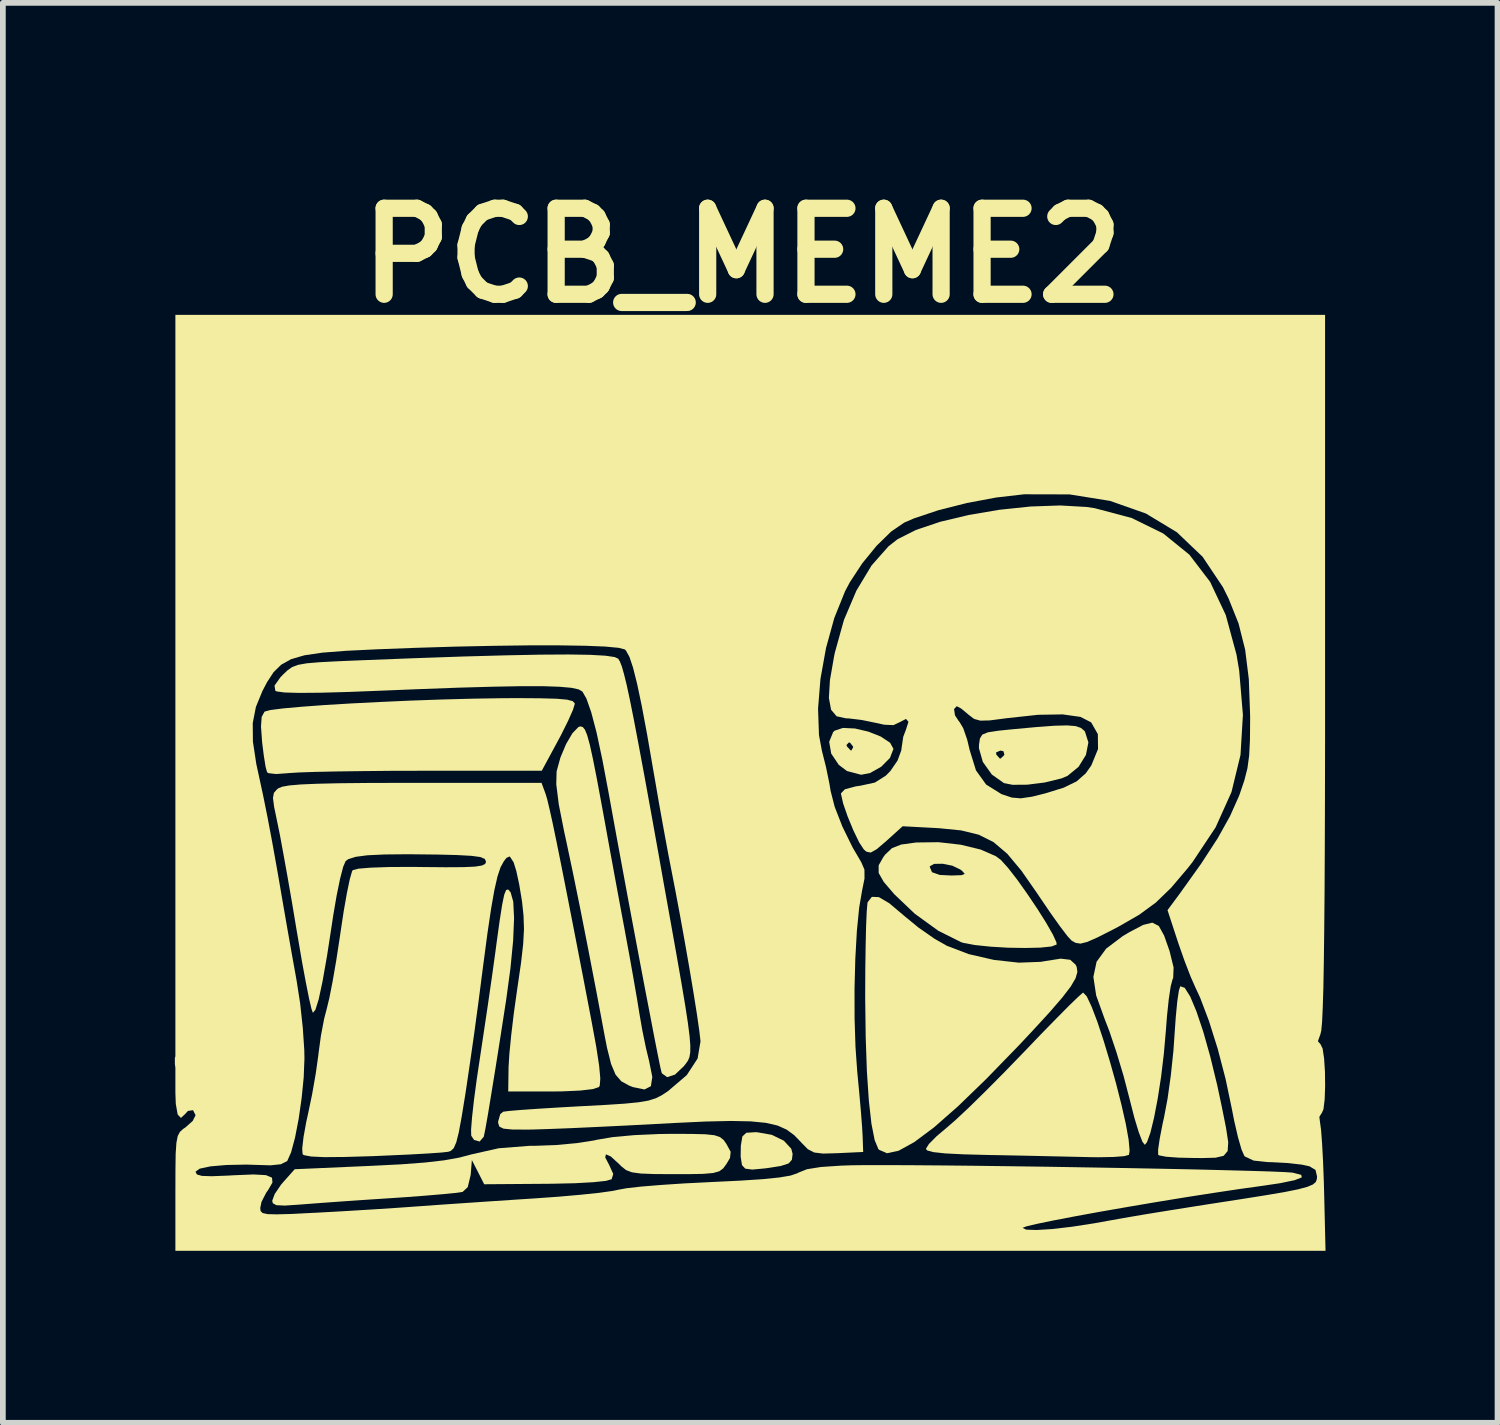
<source format=kicad_pcb>
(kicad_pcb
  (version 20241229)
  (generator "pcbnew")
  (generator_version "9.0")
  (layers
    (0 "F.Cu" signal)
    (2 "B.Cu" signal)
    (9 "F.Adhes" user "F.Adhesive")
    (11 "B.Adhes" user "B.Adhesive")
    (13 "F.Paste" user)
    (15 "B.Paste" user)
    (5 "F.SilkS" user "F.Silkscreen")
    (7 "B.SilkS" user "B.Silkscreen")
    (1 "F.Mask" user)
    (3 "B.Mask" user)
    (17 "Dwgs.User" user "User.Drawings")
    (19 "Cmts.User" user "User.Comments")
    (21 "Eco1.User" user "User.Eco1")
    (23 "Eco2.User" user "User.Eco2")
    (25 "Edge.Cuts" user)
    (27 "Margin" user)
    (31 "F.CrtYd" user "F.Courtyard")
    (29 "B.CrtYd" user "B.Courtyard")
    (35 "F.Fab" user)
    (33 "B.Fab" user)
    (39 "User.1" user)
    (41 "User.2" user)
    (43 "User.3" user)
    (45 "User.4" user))
  (footprint "PCB_MEME2"
    (layer "F.Cu")
    (at 10 10.604)
    (property "Reference" "PCB_MEME2" (at -0.1 -9.2 0) (layer "F.SilkS") (effects (font (size 1.5 1.5) (thickness 0.3))))
    (attr board_only exclude_from_pos_files exclude_from_bom)
    (fp_poly (pts (xy 0.156 6.094) (xy 0.411 6.139) (xy 0.622 6.242) (xy 0.751 6.382) (xy 0.774 6.471) (xy 0.762 6.573) (xy 0.705 6.638) (xy 0.572 6.681) (xy 0.334 6.719) (xy 0.296 6.724) (xy 0.072 6.745) (xy -0.051 6.729) (xy -0.107 6.67) (xy -0.109 6.665) (xy -0.132 6.522) (xy -0.129 6.326) (xy -0.128 6.322) (xy -0.102 6.167) (xy -0.033 6.103) (xy 0.123 6.093)) (stroke (width 0) (type solid)) (fill yes) (layer "F.SilkS"))
    (fp_poly (pts (xy 1.862 -0.948) (xy 2.097 -0.893) (xy 2.315 -0.806) (xy 2.474 -0.7) (xy 2.533 -0.593) (xy 2.472 -0.435) (xy 2.321 -0.282) (xy 2.126 -0.172) (xy 1.97 -0.141) (xy 1.723 -0.206) (xy 1.58 -0.313) (xy 1.447 -0.511) (xy 1.422 -0.66) (xy 1.713 -0.66) (xy 1.724 -0.633) (xy 1.787 -0.566) (xy 1.798 -0.563) (xy 1.829 -0.617) (xy 1.829 -0.633) (xy 1.775 -0.701) (xy 1.755 -0.704) (xy 1.713 -0.66) (xy 1.422 -0.66) (xy 1.412 -0.716) (xy 1.481 -0.885) (xy 1.507 -0.91) (xy 1.652 -0.958)) (stroke (width 0) (type solid)) (fill yes) (layer "F.SilkS"))
    (fp_poly (pts (xy 7.613 3.575) (xy 7.708 3.725) (xy 7.817 3.985) (xy 7.936 4.339) (xy 8.058 4.772) (xy 8.179 5.269) (xy 8.261 5.654) (xy 8.334 6.019) (xy 8.372 6.268) (xy 8.362 6.422) (xy 8.292 6.505) (xy 8.15 6.538) (xy 7.924 6.544) (xy 7.779 6.543) (xy 7.504 6.537) (xy 7.288 6.521) (xy 7.165 6.497) (xy 7.15 6.487) (xy 7.149 6.397) (xy 7.177 6.206) (xy 7.227 5.948) (xy 7.252 5.836) (xy 7.314 5.508) (xy 7.371 5.1) (xy 7.416 4.674) (xy 7.434 4.413) (xy 7.457 4.086) (xy 7.483 3.813) (xy 7.511 3.624) (xy 7.536 3.548)) (stroke (width 0) (type solid)) (fill yes) (layer "F.SilkS"))
    (fp_poly (pts (xy -4.144 1.91) (xy -4.144 1.91) (xy -4.098 2.073) (xy -4.084 2.358) (xy -4.1 2.75) (xy -4.147 3.234) (xy -4.223 3.794) (xy -4.224 3.799) (xy -4.319 4.413) (xy -4.405 4.957) (xy -4.48 5.419) (xy -4.54 5.784) (xy -4.585 6.039) (xy -4.612 6.169) (xy -4.614 6.174) (xy -4.685 6.256) (xy -4.782 6.228) (xy -4.831 6.154) (xy -4.834 6.051) (xy -4.817 5.834) (xy -4.783 5.53) (xy -4.734 5.163) (xy -4.69 4.87) (xy -4.618 4.39) (xy -4.541 3.874) (xy -4.469 3.375) (xy -4.409 2.944) (xy -4.392 2.814) (xy -4.336 2.409) (xy -4.292 2.127) (xy -4.256 1.952) (xy -4.222 1.869) (xy -4.186 1.86)) (stroke (width 0) (type solid)) (fill yes) (layer "F.SilkS"))
    (fp_poly (pts (xy 7.161 2.496) (xy 7.254 2.664) (xy 7.349 2.934) (xy 7.419 3.219) (xy 7.412 3.401) (xy 7.401 3.426) (xy 7.369 3.546) (xy 7.335 3.772) (xy 7.304 4.068) (xy 7.284 4.327) (xy 7.249 4.725) (xy 7.201 5.126) (xy 7.142 5.507) (xy 7.078 5.841) (xy 7.014 6.104) (xy 6.954 6.269) (xy 6.917 6.313) (xy 6.875 6.259) (xy 6.811 6.092) (xy 6.734 5.838) (xy 6.654 5.524) (xy 6.65 5.509) (xy 6.547 5.113) (xy 6.423 4.7) (xy 6.297 4.326) (xy 6.216 4.117) (xy 6.069 3.709) (xy 6.02 3.384) (xy 6.076 3.12) (xy 6.243 2.891) (xy 6.529 2.675) (xy 6.653 2.601) (xy 6.888 2.478) (xy 7.048 2.438)) (stroke (width 0) (type solid)) (fill yes) (layer "F.SilkS"))
    (fp_poly (pts (xy 5.71 -0.99) (xy 5.803 -0.958) (xy 5.863 -0.907) (xy 5.873 -0.894) (xy 5.933 -0.705) (xy 5.89 -0.487) (xy 5.762 -0.28) (xy 5.569 -0.122) (xy 5.465 -0.078) (xy 5.17 -0.006) (xy 4.868 0.032) (xy 4.609 0.034) (xy 4.46 0.004) (xy 4.249 -0.145) (xy 4.092 -0.365) (xy 4.045 -0.53) (xy 4.322 -0.53) (xy 4.327 -0.493) (xy 4.387 -0.425) (xy 4.398 -0.422) (xy 4.453 -0.471) (xy 4.468 -0.493) (xy 4.451 -0.552) (xy 4.398 -0.563) (xy 4.322 -0.53) (xy 4.045 -0.53) (xy 4.024 -0.604) (xy 4.025 -0.665) (xy 4.041 -0.774) (xy 4.083 -0.842) (xy 4.182 -0.882) (xy 4.368 -0.91) (xy 4.573 -0.931) (xy 5.014 -0.972) (xy 5.336 -0.996) (xy 5.561 -1.002)) (stroke (width 0) (type solid)) (fill yes) (layer "F.SilkS"))
    (fp_poly (pts (xy -3.623 -1.475) (xy -3.34 -1.467) (xy -3.159 -1.451) (xy -3.061 -1.425) (xy -3.026 -1.387) (xy -3.025 -1.377) (xy -3.057 -1.273) (xy -3.142 -1.081) (xy -3.264 -0.836) (xy -3.313 -0.744) (xy -3.601 -0.211) (xy -5.66 -0.211) (xy -6.202 -0.21) (xy -6.712 -0.205) (xy -7.171 -0.199) (xy -7.555 -0.191) (xy -7.845 -0.181) (xy -8.02 -0.17) (xy -8.037 -0.168) (xy -8.234 -0.154) (xy -8.367 -0.169) (xy -8.392 -0.185) (xy -8.418 -0.282) (xy -8.449 -0.476) (xy -8.478 -0.707) (xy -8.498 -0.982) (xy -8.486 -1.15) (xy -8.438 -1.239) (xy -8.432 -1.244) (xy -8.335 -1.27) (xy -8.116 -1.298) (xy -7.795 -1.327) (xy -7.391 -1.357) (xy -6.925 -1.385) (xy -6.414 -1.411) (xy -5.879 -1.435) (xy -5.339 -1.454) (xy -4.813 -1.468) (xy -4.321 -1.476) (xy -4.028 -1.478)) (stroke (width 0) (type solid)) (fill yes) (layer "F.SilkS"))
    (fp_poly (pts (xy 5.904 3.723) (xy 5.988 3.901) (xy 6.089 4.166) (xy 6.198 4.495) (xy 6.309 4.863) (xy 6.416 5.245) (xy 6.51 5.616) (xy 6.586 5.951) (xy 6.635 6.226) (xy 6.652 6.417) (xy 6.64 6.488) (xy 6.559 6.511) (xy 6.371 6.525) (xy 6.108 6.53) (xy 5.959 6.528) (xy 5.648 6.521) (xy 5.243 6.512) (xy 4.79 6.502) (xy 4.335 6.493) (xy 4.204 6.491) (xy 3.755 6.479) (xy 3.434 6.463) (xy 3.227 6.44) (xy 3.12 6.411) (xy 3.099 6.383) (xy 3.152 6.298) (xy 3.288 6.161) (xy 3.46 6.016) (xy 3.621 5.876) (xy 3.857 5.655) (xy 4.144 5.373) (xy 4.462 5.053) (xy 4.788 4.716) (xy 4.807 4.697) (xy 5.107 4.383) (xy 5.376 4.108) (xy 5.597 3.885) (xy 5.755 3.732) (xy 5.836 3.661) (xy 5.842 3.659)) (stroke (width 0) (type solid)) (fill yes) (layer "F.SilkS"))
    (fp_poly (pts (xy -2.885 -0.973) (xy -2.847 -0.926) (xy -2.808 -0.829) (xy -2.763 -0.665) (xy -2.709 -0.42) (xy -2.641 -0.076) (xy -2.556 0.382) (xy -2.497 0.704) (xy -2.413 1.168) (xy -2.319 1.68) (xy -2.227 2.178) (xy -2.148 2.6) (xy -2.148 2.603) (xy -2.074 3.001) (xy -2.002 3.407) (xy -1.939 3.771) (xy -1.9 4.011) (xy -1.846 4.322) (xy -1.783 4.627) (xy -1.728 4.855) (xy -1.673 5.129) (xy -1.698 5.291) (xy -1.809 5.348) (xy -2.012 5.306) (xy -2.078 5.28) (xy -2.214 5.205) (xy -2.314 5.089) (xy -2.392 4.903) (xy -2.463 4.62) (xy -2.501 4.426) (xy -2.645 3.658) (xy -2.789 2.91) (xy -2.927 2.208) (xy -3.055 1.579) (xy -3.167 1.049) (xy -3.21 0.851) (xy -3.304 0.377) (xy -3.348 0.024) (xy -3.342 -0.201) (xy -3.275 -0.443) (xy -3.176 -0.678) (xy -3.065 -0.867) (xy -2.961 -0.974) (xy -2.926 -0.985)) (stroke (width 0) (type solid)) (fill yes) (layer "F.SilkS"))
    (fp_poly (pts (xy 2.278 1.993) (xy 2.459 2.099) (xy 2.713 2.313) (xy 2.717 2.317) (xy 2.971 2.525) (xy 3.252 2.721) (xy 3.465 2.842) (xy 3.849 2.988) (xy 4.285 3.088) (xy 4.72 3.136) (xy 5.1 3.122) (xy 5.183 3.108) (xy 5.45 3.066) (xy 5.616 3.086) (xy 5.71 3.171) (xy 5.729 3.212) (xy 5.741 3.298) (xy 5.71 3.407) (xy 5.626 3.551) (xy 5.478 3.744) (xy 5.256 4.001) (xy 4.95 4.334) (xy 4.721 4.578) (xy 4.149 5.167) (xy 3.656 5.644) (xy 3.239 6.01) (xy 2.896 6.266) (xy 2.624 6.416) (xy 2.42 6.46) (xy 2.282 6.4) (xy 2.269 6.385) (xy 2.205 6.23) (xy 2.149 5.946) (xy 2.104 5.544) (xy 2.07 5.038) (xy 2.049 4.438) (xy 2.04 3.756) (xy 2.04 3.697) (xy 2.042 3.245) (xy 2.048 2.837) (xy 2.056 2.496) (xy 2.067 2.242) (xy 2.079 2.1) (xy 2.083 2.081) (xy 2.157 1.988)) (stroke (width 0) (type solid)) (fill yes) (layer "F.SilkS"))
    (fp_poly (pts (xy 3.707 1.079) (xy 4.053 1.163) (xy 4.319 1.279) (xy 4.406 1.344) (xy 4.531 1.482) (xy 4.691 1.688) (xy 4.867 1.936) (xy 5.042 2.196) (xy 5.197 2.442) (xy 5.314 2.647) (xy 5.376 2.783) (xy 5.379 2.82) (xy 5.289 2.854) (xy 5.094 2.874) (xy 4.829 2.88) (xy 4.528 2.875) (xy 4.225 2.857) (xy 3.956 2.829) (xy 3.755 2.792) (xy 3.712 2.778) (xy 3.315 2.58) (xy 2.904 2.282) (xy 2.549 1.944) (xy 2.364 1.728) (xy 2.275 1.572) (xy 2.275 1.466) (xy 3.166 1.466) (xy 3.206 1.559) (xy 3.34 1.606) (xy 3.547 1.616) (xy 3.723 1.61) (xy 3.777 1.588) (xy 3.731 1.536) (xy 3.698 1.511) (xy 3.56 1.445) (xy 3.392 1.411) (xy 3.243 1.413) (xy 3.168 1.455) (xy 3.166 1.466) (xy 2.275 1.466) (xy 2.275 1.438) (xy 2.357 1.294) (xy 2.39 1.25) (xy 2.507 1.139) (xy 2.668 1.076) (xy 2.921 1.041) (xy 2.93 1.04) (xy 3.319 1.035)) (stroke (width 0) (type solid)) (fill yes) (layer "F.SilkS"))
    (fp_poly (pts (xy -0.995 6.123) (xy -0.748 6.129) (xy -0.589 6.146) (xy -0.492 6.178) (xy -0.429 6.229) (xy -0.381 6.297) (xy -0.306 6.435) (xy -0.318 6.543) (xy -0.381 6.649) (xy -0.437 6.725) (xy -0.505 6.775) (xy -0.613 6.805) (xy -0.789 6.82) (xy -1.06 6.825) (xy -1.291 6.825) (xy -1.638 6.823) (xy -1.874 6.814) (xy -2.028 6.793) (xy -2.13 6.754) (xy -2.21 6.691) (xy -2.252 6.649) (xy -2.396 6.517) (xy -2.482 6.479) (xy -2.494 6.534) (xy -2.429 6.657) (xy -2.354 6.821) (xy -2.382 6.913) (xy -2.48 6.942) (xy -2.698 6.965) (xy -3.019 6.983) (xy -3.421 6.992) (xy -3.53 6.993) (xy -4.605 7.001) (xy -4.712 6.79) (xy -4.82 6.579) (xy -4.841 6.839) (xy -4.892 7.051) (xy -4.982 7.135) (xy -5.091 7.151) (xy -5.313 7.173) (xy -5.621 7.199) (xy -5.99 7.227) (xy -6.227 7.243) (xy -6.655 7.271) (xy -7.076 7.3) (xy -7.45 7.327) (xy -7.739 7.349) (xy -7.828 7.356) (xy -8.084 7.373) (xy -8.229 7.366) (xy -8.292 7.332) (xy -8.302 7.288) (xy -8.258 7.17) (xy -8.148 7.008) (xy -8.106 6.959) (xy -7.91 6.739) (xy -6.6 6.681) (xy -6.062 6.654) (xy -5.639 6.622) (xy -5.307 6.584) (xy -5.039 6.536) (xy -4.819 6.478) (xy -4.352 6.373) (xy -3.816 6.331) (xy -3.704 6.33) (xy -3.352 6.317) (xy -2.995 6.284) (xy -2.696 6.238) (xy -2.639 6.225) (xy -2.36 6.178) (xy -1.985 6.144) (xy -1.557 6.125) (xy -1.356 6.122)) (stroke (width 0) (type solid)) (fill yes) (layer "F.SilkS"))
    (fp_poly (pts (xy -2.759 -2.233) (xy -2.493 -2.218) (xy -2.33 -2.194) (xy -2.268 -2.166) (xy -2.238 -2.116) (xy -2.204 -2.029) (xy -2.166 -1.895) (xy -2.119 -1.704) (xy -2.063 -1.443) (xy -1.995 -1.103) (xy -1.913 -0.672) (xy -1.814 -0.14) (xy -1.697 0.503) (xy -1.559 1.27) (xy -1.485 1.689) (xy -1.355 2.414) (xy -1.248 3.014) (xy -1.163 3.501) (xy -1.098 3.888) (xy -1.052 4.189) (xy -1.023 4.416) (xy -1.01 4.581) (xy -1.011 4.699) (xy -1.025 4.782) (xy -1.05 4.843) (xy -1.086 4.895) (xy -1.124 4.943) (xy -1.278 5.089) (xy -1.414 5.133) (xy -1.505 5.067) (xy -1.512 5.048) (xy -1.534 4.956) (xy -1.577 4.744) (xy -1.639 4.43) (xy -1.715 4.033) (xy -1.804 3.572) (xy -1.9 3.064) (xy -2.001 2.528) (xy -2.103 1.984) (xy -2.202 1.448) (xy -2.296 0.939) (xy -2.38 0.477) (xy -2.428 0.211) (xy -2.543 -0.399) (xy -2.645 -0.877) (xy -2.738 -1.231) (xy -2.822 -1.47) (xy -2.892 -1.592) (xy -2.957 -1.63) (xy -3.086 -1.658) (xy -3.291 -1.676) (xy -3.58 -1.686) (xy -3.964 -1.686) (xy -4.453 -1.677) (xy -5.056 -1.66) (xy -5.784 -1.633) (xy -6.321 -1.611) (xy -6.957 -1.586) (xy -7.459 -1.572) (xy -7.832 -1.569) (xy -8.085 -1.576) (xy -8.221 -1.594) (xy -8.248 -1.606) (xy -8.262 -1.697) (xy -8.16 -1.84) (xy -8.117 -1.885) (xy -8.035 -1.963) (xy -7.955 -2.019) (xy -7.852 -2.058) (xy -7.701 -2.085) (xy -7.477 -2.104) (xy -7.157 -2.121) (xy -6.823 -2.135) (xy -5.825 -2.174) (xy -4.963 -2.204) (xy -4.231 -2.224) (xy -3.623 -2.236) (xy -3.134 -2.239)) (stroke (width 0) (type solid)) (fill yes) (layer "F.SilkS"))
    (fp_poly (pts (xy 5.9 -4.812) (xy 6.042 -4.791) (xy 6.689 -4.619) (xy 7.239 -4.349) (xy 7.694 -3.98) (xy 8.056 -3.506) (xy 8.329 -2.927) (xy 8.516 -2.238) (xy 8.563 -1.959) (xy 8.628 -1.186) (xy 8.586 -0.487) (xy 8.429 0.16) (xy 8.152 0.776) (xy 7.749 1.382) (xy 7.661 1.494) (xy 7.374 1.832) (xy 7.109 2.088) (xy 6.818 2.301) (xy 6.455 2.51) (xy 6.363 2.558) (xy 6.091 2.696) (xy 5.912 2.775) (xy 5.796 2.804) (xy 5.711 2.791) (xy 5.642 2.753) (xy 5.569 2.675) (xy 5.438 2.503) (xy 5.266 2.261) (xy 5.071 1.974) (xy 5.043 1.932) (xy 4.763 1.53) (xy 4.517 1.236) (xy 4.279 1.034) (xy 4.019 0.904) (xy 3.711 0.829) (xy 3.327 0.791) (xy 3.274 0.788) (xy 2.693 0.757) (xy 2.409 1.014) (xy 2.24 1.158) (xy 2.136 1.216) (xy 2.062 1.201) (xy 2.017 1.163) (xy 1.935 1.038) (xy 1.834 0.829) (xy 1.734 0.586) (xy 1.655 0.358) (xy 1.619 0.197) (xy 1.618 0.182) (xy 1.686 0.112) (xy 1.877 0.061) (xy 1.95 0.051) (xy 2.209 -0.005) (xy 2.4 -0.126) (xy 2.478 -0.205) (xy 2.604 -0.388) (xy 2.67 -0.567) (xy 2.674 -0.604) (xy 2.704 -0.804) (xy 2.75 -0.925) (xy 2.795 -1.065) (xy 2.752 -1.115) (xy 2.64 -1.057) (xy 2.533 -1.007) (xy 2.371 -1.014) (xy 2.221 -1.047) (xy 1.977 -1.097) (xy 1.752 -1.124) (xy 1.7 -1.126) (xy 1.542 -1.161) (xy 1.445 -1.275) (xy 1.443 -1.287) (xy 3.59 -1.287) (xy 3.606 -1.178) (xy 3.676 -1.071) (xy 3.685 -1.063) (xy 3.75 -0.953) (xy 3.819 -0.754) (xy 3.862 -0.573) (xy 3.972 -0.218) (xy 4.149 0.029) (xy 4.411 0.193) (xy 4.433 0.202) (xy 4.598 0.257) (xy 4.754 0.27) (xy 4.951 0.241) (xy 5.175 0.185) (xy 5.503 0.084) (xy 5.728 -0.026) (xy 5.887 -0.166) (xy 5.984 -0.304) (xy 6.101 -0.59) (xy 6.098 -0.85) (xy 5.981 -1.055) (xy 5.796 -1.15) (xy 5.485 -1.194) (xy 5.055 -1.187) (xy 4.511 -1.128) (xy 4.474 -1.123) (xy 4.212 -1.089) (xy 4.048 -1.085) (xy 3.94 -1.115) (xy 3.848 -1.184) (xy 3.836 -1.195) (xy 3.713 -1.297) (xy 3.637 -1.337) (xy 3.59 -1.287) (xy 1.443 -1.287) (xy 1.407 -1.48) (xy 1.425 -1.79) (xy 1.499 -2.215) (xy 1.512 -2.275) (xy 1.669 -2.84) (xy 1.887 -3.353) (xy 2.151 -3.791) (xy 2.447 -4.126) (xy 2.606 -4.25) (xy 2.923 -4.41) (xy 3.347 -4.553) (xy 3.845 -4.672) (xy 4.382 -4.763) (xy 4.926 -4.82) (xy 5.443 -4.838)) (stroke (width 0) (type solid)) (fill yes) (layer "F.SilkS"))
    (fp_poly (pts (xy -3.534 0.193) (xy -3.506 0.287) (xy -3.467 0.45) (xy -3.413 0.693) (xy -3.344 1.024) (xy -3.258 1.451) (xy -3.153 1.983) (xy -3.027 2.629) (xy -2.878 3.398) (xy -2.735 4.145) (xy -2.651 4.601) (xy -2.6 4.934) (xy -2.58 5.155) (xy -2.589 5.278) (xy -2.604 5.306) (xy -2.709 5.341) (xy -2.932 5.367) (xy -3.247 5.381) (xy -3.433 5.383) (xy -4.186 5.383) (xy -4.18 4.96) (xy -4.166 4.73) (xy -4.134 4.402) (xy -4.088 4.017) (xy -4.032 3.618) (xy -4.024 3.562) (xy -3.962 3.136) (xy -3.925 2.811) (xy -3.911 2.55) (xy -3.919 2.316) (xy -3.945 2.07) (xy -3.948 2.051) (xy -3.994 1.773) (xy -4.045 1.537) (xy -4.091 1.388) (xy -4.096 1.379) (xy -4.159 1.283) (xy -4.217 1.309) (xy -4.263 1.369) (xy -4.32 1.473) (xy -4.374 1.636) (xy -4.428 1.873) (xy -4.485 2.198) (xy -4.549 2.629) (xy -4.622 3.18) (xy -4.643 3.342) (xy -4.706 3.83) (xy -4.779 4.369) (xy -4.855 4.899) (xy -4.923 5.36) (xy -4.935 5.437) (xy -4.998 5.825) (xy -5.048 6.095) (xy -5.092 6.27) (xy -5.136 6.371) (xy -5.188 6.42) (xy -5.234 6.435) (xy -5.353 6.448) (xy -5.584 6.464) (xy -5.902 6.482) (xy -6.279 6.499) (xy -6.553 6.511) (xy -7.038 6.525) (xy -7.393 6.528) (xy -7.626 6.517) (xy -7.75 6.493) (xy -7.772 6.477) (xy -7.779 6.377) (xy -7.756 6.177) (xy -7.708 5.912) (xy -7.68 5.785) (xy -7.607 5.436) (xy -7.543 5.071) (xy -7.499 4.76) (xy -7.494 4.714) (xy -7.453 4.412) (xy -7.396 4.112) (xy -7.351 3.94) (xy -7.306 3.754) (xy -7.249 3.464) (xy -7.187 3.107) (xy -7.127 2.717) (xy -7.111 2.608) (xy -7.056 2.243) (xy -7 1.925) (xy -6.95 1.684) (xy -6.91 1.544) (xy -6.898 1.523) (xy -6.802 1.497) (xy -6.583 1.479) (xy -6.26 1.468) (xy -5.85 1.466) (xy -5.701 1.468) (xy -5.274 1.472) (xy -4.969 1.47) (xy -4.765 1.461) (xy -4.645 1.442) (xy -4.587 1.413) (xy -4.573 1.375) (xy -4.594 1.327) (xy -4.671 1.294) (xy -4.827 1.273) (xy -5.082 1.259) (xy -5.4 1.251) (xy -5.933 1.245) (xy -6.342 1.249) (xy -6.641 1.263) (xy -6.846 1.29) (xy -6.973 1.33) (xy -7.021 1.363) (xy -7.064 1.463) (xy -7.119 1.674) (xy -7.179 1.968) (xy -7.239 2.318) (xy -7.256 2.433) (xy -7.346 3.017) (xy -7.425 3.465) (xy -7.492 3.777) (xy -7.549 3.958) (xy -7.593 4.011) (xy -7.617 3.944) (xy -7.66 3.76) (xy -7.716 3.478) (xy -7.783 3.118) (xy -7.854 2.701) (xy -7.874 2.586) (xy -7.952 2.117) (xy -8.031 1.662) (xy -8.105 1.251) (xy -8.167 0.914) (xy -8.214 0.684) (xy -8.216 0.675) (xy -8.269 0.419) (xy -8.289 0.264) (xy -8.273 0.175) (xy -8.22 0.114) (xy -8.194 0.094) (xy -8.127 0.067) (xy -8.002 0.045) (xy -7.806 0.028) (xy -7.526 0.016) (xy -7.148 0.007) (xy -6.66 0.002) (xy -6.048 0.000108) (xy -5.835 0) (xy -3.605 0)) (stroke (width 0) (type solid)) (fill yes) (layer "F.SilkS"))
    (fp_poly (pts (xy 10.061 -1.965) (xy 10.061 -0.794) (xy 10.059 0.243) (xy 10.056 1.15) (xy 10.052 1.932) (xy 10.046 2.596) (xy 10.039 3.146) (xy 10.031 3.588) (xy 10.02 3.927) (xy 10.009 4.169) (xy 9.995 4.319) (xy 9.981 4.381) (xy 9.936 4.506) (xy 9.981 4.558) (xy 10.018 4.634) (xy 10.044 4.807) (xy 10.059 5.038) (xy 10.062 5.289) (xy 10.054 5.52) (xy 10.033 5.693) (xy 9.999 5.769) (xy 9.995 5.77) (xy 9.961 5.826) (xy 9.974 5.928) (xy 9.991 6.053) (xy 10.009 6.289) (xy 10.026 6.606) (xy 10.04 6.974) (xy 10.044 7.124) (xy 10.069 8.162) (xy 0.039 8.162) (xy -9.991 8.162) (xy -9.991 7.143) (xy -9.99 6.784) (xy -9.639 6.784) (xy -9.616 6.83) (xy -9.53 6.855) (xy -9.359 6.861) (xy -9.077 6.85) (xy -8.971 6.844) (xy -8.628 6.83) (xy -8.411 6.842) (xy -8.306 6.886) (xy -8.298 6.971) (xy -8.375 7.104) (xy -8.406 7.146) (xy -8.489 7.308) (xy -8.511 7.415) (xy -8.505 7.468) (xy -8.469 7.503) (xy -8.381 7.522) (xy -8.221 7.526) (xy -7.966 7.519) (xy -7.594 7.5) (xy -7.546 7.498) (xy -7.093 7.473) (xy -6.598 7.443) (xy -6.123 7.412) (xy -5.77 7.387) (xy -5.41 7.361) (xy -4.958 7.33) (xy -4.459 7.296) (xy -3.961 7.263) (xy -3.729 7.248) (xy -3.309 7.218) (xy -2.923 7.184) (xy -2.598 7.15) (xy -2.363 7.117) (xy -2.263 7.096) (xy -2.12 7.07) (xy -1.863 7.041) (xy -1.518 7.013) (xy -1.112 6.986) (xy -0.671 6.964) (xy -0.657 6.963) (xy -0.139 6.938) (xy 0.255 6.912) (xy 0.541 6.883) (xy 0.736 6.85) (xy 0.855 6.81) (xy 0.879 6.797) (xy 1.024 6.739) (xy 1.267 6.7) (xy 1.624 6.676) (xy 1.806 6.67) (xy 2.059 6.667) (xy 2.419 6.667) (xy 2.869 6.669) (xy 3.394 6.673) (xy 3.977 6.679) (xy 4.601 6.687) (xy 5.25 6.696) (xy 5.908 6.707) (xy 6.557 6.718) (xy 7.182 6.73) (xy 7.766 6.742) (xy 8.292 6.755) (xy 8.744 6.767) (xy 9.106 6.778) (xy 9.361 6.789) (xy 9.493 6.798) (xy 9.497 6.799) (xy 9.645 6.837) (xy 9.655 6.881) (xy 9.531 6.93) (xy 9.274 6.983) (xy 8.971 7.028) (xy 8.563 7.085) (xy 8.103 7.154) (xy 7.61 7.231) (xy 7.104 7.314) (xy 6.604 7.399) (xy 6.128 7.482) (xy 5.696 7.561) (xy 5.326 7.632) (xy 5.039 7.691) (xy 4.852 7.735) (xy 4.784 7.762) (xy 4.784 7.762) (xy 4.85 7.793) (xy 5.03 7.799) (xy 5.303 7.782) (xy 5.645 7.742) (xy 6.034 7.682) (xy 6.262 7.641) (xy 6.546 7.59) (xy 6.927 7.525) (xy 7.365 7.454) (xy 7.817 7.382) (xy 8.021 7.35) (xy 8.584 7.263) (xy 9.023 7.193) (xy 9.354 7.137) (xy 9.592 7.089) (xy 9.752 7.046) (xy 9.849 7.005) (xy 9.9 6.961) (xy 9.918 6.91) (xy 9.921 6.864) (xy 9.894 6.751) (xy 9.79 6.688) (xy 9.657 6.659) (xy 9.412 6.631) (xy 9.133 6.616) (xy 9.067 6.615) (xy 8.814 6.588) (xy 8.661 6.516) (xy 8.653 6.507) (xy 8.604 6.396) (xy 8.542 6.18) (xy 8.476 5.895) (xy 8.434 5.68) (xy 8.325 5.161) (xy 8.188 4.637) (xy 8.035 4.151) (xy 7.88 3.742) (xy 7.802 3.575) (xy 7.716 3.38) (xy 7.61 3.105) (xy 7.505 2.806) (xy 7.492 2.767) (xy 7.313 2.22) (xy 7.523 1.937) (xy 7.899 1.411) (xy 8.189 0.965) (xy 8.404 0.579) (xy 8.559 0.231) (xy 8.575 0.188) (xy 8.654 -0.046) (xy 8.707 -0.254) (xy 8.737 -0.476) (xy 8.751 -0.753) (xy 8.754 -1.123) (xy 8.753 -1.196) (xy 8.731 -1.809) (xy 8.667 -2.324) (xy 8.552 -2.78) (xy 8.378 -3.215) (xy 8.28 -3.412) (xy 7.925 -3.943) (xy 7.475 -4.372) (xy 6.935 -4.698) (xy 6.309 -4.918) (xy 5.603 -5.031) (xy 4.82 -5.033) (xy 4.804 -5.032) (xy 4.326 -4.977) (xy 3.814 -4.881) (xy 3.32 -4.756) (xy 2.892 -4.613) (xy 2.721 -4.539) (xy 2.494 -4.384) (xy 2.24 -4.136) (xy 1.989 -3.829) (xy 1.773 -3.5) (xy 1.689 -3.342) (xy 1.501 -2.875) (xy 1.357 -2.353) (xy 1.26 -1.814) (xy 1.218 -1.295) (xy 1.234 -0.834) (xy 1.285 -0.56) (xy 1.357 -0.274) (xy 1.417 0.019) (xy 1.437 0.141) (xy 1.508 0.418) (xy 1.642 0.762) (xy 1.821 1.127) (xy 1.972 1.385) (xy 2.027 1.513) (xy 2.028 1.67) (xy 1.986 1.878) (xy 1.935 2.177) (xy 1.895 2.583) (xy 1.868 3.063) (xy 1.854 3.582) (xy 1.855 4.109) (xy 1.871 4.609) (xy 1.901 5.031) (xy 1.935 5.391) (xy 1.965 5.728) (xy 1.986 6.001) (xy 1.995 6.157) (xy 2.005 6.438) (xy 1.556 6.459) (xy 1.306 6.466) (xy 1.15 6.447) (xy 1.04 6.39) (xy 0.931 6.279) (xy 0.923 6.27) (xy 0.802 6.145) (xy 0.67 6.048) (xy 0.512 5.977) (xy 0.308 5.93) (xy 0.042 5.904) (xy -0.303 5.897) (xy -0.745 5.907) (xy -1.302 5.933) (xy -1.618 5.95) (xy -2.131 5.977) (xy -2.627 6.001) (xy -3.079 6.022) (xy -3.461 6.037) (xy -3.745 6.046) (xy -3.852 6.048) (xy -4.116 6.046) (xy -4.269 6.031) (xy -4.341 5.995) (xy -4.362 5.93) (xy -4.362 5.908) (xy -4.325 5.778) (xy -4.274 5.736) (xy -4.178 5.723) (xy -3.966 5.705) (xy -3.662 5.684) (xy -3.291 5.661) (xy -2.936 5.641) (xy -2.486 5.617) (xy -2.153 5.595) (xy -1.912 5.571) (xy -1.741 5.542) (xy -1.614 5.502) (xy -1.509 5.449) (xy -1.402 5.379) (xy -1.072 5.098) (xy -0.883 4.808) (xy -0.832 4.508) (xy -0.852 4.334) (xy -0.893 4.047) (xy -0.952 3.675) (xy -1.024 3.244) (xy -1.105 2.78) (xy -1.19 2.309) (xy -1.275 1.857) (xy -1.335 1.548) (xy -1.397 1.229) (xy -1.473 0.818) (xy -1.555 0.362) (xy -1.633 -0.091) (xy -1.654 -0.211) (xy -1.763 -0.841) (xy -1.857 -1.343) (xy -1.938 -1.728) (xy -2.009 -2.01) (xy -2.072 -2.198) (xy -2.132 -2.306) (xy -2.152 -2.327) (xy -2.259 -2.355) (xy -2.493 -2.377) (xy -2.841 -2.391) (xy -3.29 -2.398) (xy -3.827 -2.398) (xy -4.438 -2.39) (xy -5.109 -2.376) (xy -5.829 -2.354) (xy -6.482 -2.329) (xy -7.014 -2.303) (xy -7.427 -2.271) (xy -7.739 -2.225) (xy -7.971 -2.158) (xy -8.144 -2.062) (xy -8.278 -1.931) (xy -8.393 -1.755) (xy -8.473 -1.602) (xy -8.587 -1.324) (xy -8.642 -1.042) (xy -8.639 -0.72) (xy -8.579 -0.325) (xy -8.519 -0.05) (xy -8.458 0.233) (xy -8.382 0.611) (xy -8.301 1.041) (xy -8.222 1.481) (xy -8.198 1.618) (xy -8.12 2.072) (xy -8.037 2.55) (xy -7.957 3.003) (xy -7.889 3.38) (xy -7.876 3.454) (xy -7.815 3.847) (xy -7.769 4.272) (xy -7.743 4.659) (xy -7.74 4.807) (xy -7.753 5.136) (xy -7.789 5.498) (xy -7.841 5.861) (xy -7.904 6.187) (xy -7.973 6.444) (xy -8.04 6.595) (xy -8.041 6.597) (xy -8.152 6.652) (xy -8.334 6.671) (xy -8.364 6.67) (xy -8.754 6.658) (xy -9.1 6.665) (xy -9.379 6.689) (xy -9.567 6.729) (xy -9.639 6.781) (xy -9.639 6.784) (xy -9.99 6.784) (xy -9.99 6.746) (xy -9.986 6.465) (xy -9.973 6.277) (xy -9.95 6.159) (xy -9.911 6.086) (xy -9.854 6.035) (xy -9.815 6.009) (xy -9.689 5.897) (xy -9.639 5.797) (xy -9.683 5.709) (xy -9.772 5.722) (xy -9.815 5.77) (xy -9.894 5.844) (xy -9.951 5.785) (xy -9.984 5.6) (xy -9.991 5.405) (xy -9.991 4.971) (xy -10 4.9) (xy -10 4.8) (xy -9.991 4.768) (xy -9.991 -1.697) (xy -9.991 -8.162) (xy 0.035 -8.162) (xy 10.061 -8.162)) (stroke (width 0) (type solid)) (fill yes) (layer "F.SilkS")))
  (gr_rect
    (start -3 -3)
    (end 23.069 21.766)
    (stroke (width 0.1) (type default))
    (fill no)
    (layer "Edge.Cuts")))
</source>
